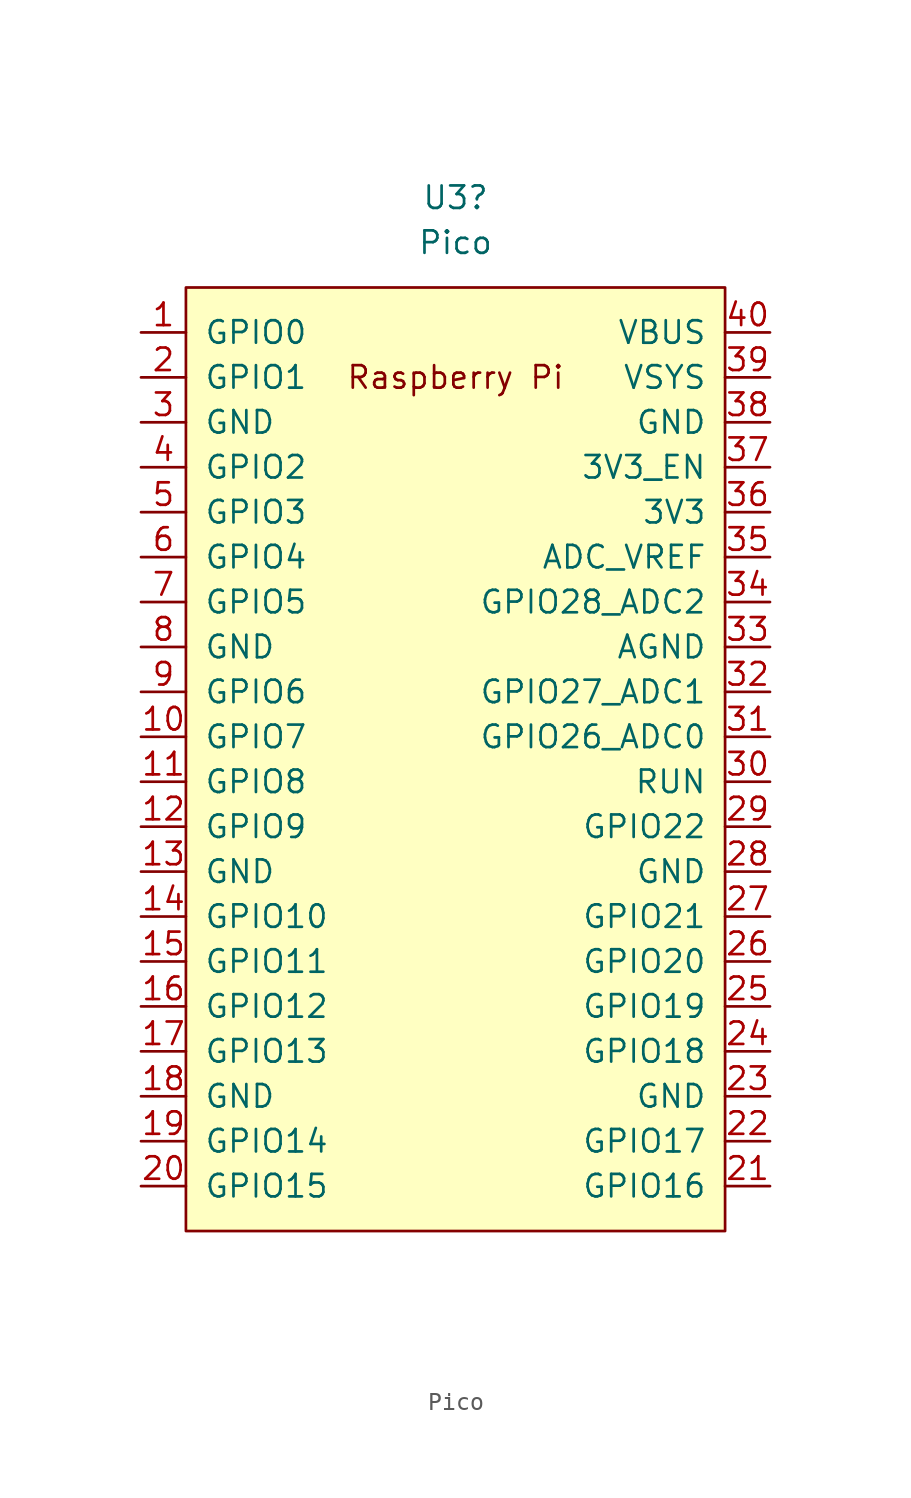
<source format=kicad_sym>
(kicad_symbol_lib
  (version 20220914)
  (generator kicad_symbol_editor)
  (symbol "Pico"
    (pin_names
      (offset 1.016))
    (property "Reference" "U3"
      (at 0 31.75 0)
      (effects (font (size 1.27 1.27))))
    (property "Value" "Pico"
      (at 0 29.21 0)
      (effects (font (size 1.27 1.27))))
    (symbol "Pico_0_0"
      (text "Raspberry Pi" (at 0 21.59 0) (effects (font (size 1.27 1.27)))))
    (symbol "Pico_0_1"
      (rectangle (start -15.24 26.67) (end 15.24 -26.67) (stroke (width 0) (type default)) (fill (type background))))
    (symbol "Pico_1_1"
      (pin bidirectional line (at -17.78 24.13 0) (length 2.54) (name "GPIO0" (effects (font (size 1.27 1.27)))) (number "1" (effects (font (size 1.27 1.27)))))
      (pin bidirectional line (at -17.78 1.27 0) (length 2.54) (name "GPIO7" (effects (font (size 1.27 1.27)))) (number "10" (effects (font (size 1.27 1.27)))))
      (pin bidirectional line (at -17.78 -1.27 0) (length 2.54) (name "GPIO8" (effects (font (size 1.27 1.27)))) (number "11" (effects (font (size 1.27 1.27)))))
      (pin bidirectional line (at -17.78 -3.81 0) (length 2.54) (name "GPIO9" (effects (font (size 1.27 1.27)))) (number "12" (effects (font (size 1.27 1.27)))))
      (pin power_in line (at -17.78 -6.35 0) (length 2.54) (name "GND" (effects (font (size 1.27 1.27)))) (number "13" (effects (font (size 1.27 1.27)))))
      (pin bidirectional line (at -17.78 -8.89 0) (length 2.54) (name "GPIO10" (effects (font (size 1.27 1.27)))) (number "14" (effects (font (size 1.27 1.27)))))
      (pin bidirectional line (at -17.78 -11.43 0) (length 2.54) (name "GPIO11" (effects (font (size 1.27 1.27)))) (number "15" (effects (font (size 1.27 1.27)))))
      (pin bidirectional line (at -17.78 -13.97 0) (length 2.54) (name "GPIO12" (effects (font (size 1.27 1.27)))) (number "16" (effects (font (size 1.27 1.27)))))
      (pin bidirectional line (at -17.78 -16.51 0) (length 2.54) (name "GPIO13" (effects (font (size 1.27 1.27)))) (number "17" (effects (font (size 1.27 1.27)))))
      (pin power_in line (at -17.78 -19.05 0) (length 2.54) (name "GND" (effects (font (size 1.27 1.27)))) (number "18" (effects (font (size 1.27 1.27)))))
      (pin bidirectional line (at -17.78 -21.59 0) (length 2.54) (name "GPIO14" (effects (font (size 1.27 1.27)))) (number "19" (effects (font (size 1.27 1.27)))))
      (pin bidirectional line (at -17.78 21.59 0) (length 2.54) (name "GPIO1" (effects (font (size 1.27 1.27)))) (number "2" (effects (font (size 1.27 1.27)))))
      (pin bidirectional line (at -17.78 -24.13 0) (length 2.54) (name "GPIO15" (effects (font (size 1.27 1.27)))) (number "20" (effects (font (size 1.27 1.27)))))
      (pin bidirectional line (at 17.78 -24.13 180) (length 2.54) (name "GPIO16" (effects (font (size 1.27 1.27)))) (number "21" (effects (font (size 1.27 1.27)))))
      (pin bidirectional line (at 17.78 -21.59 180) (length 2.54) (name "GPIO17" (effects (font (size 1.27 1.27)))) (number "22" (effects (font (size 1.27 1.27)))))
      (pin power_in line (at 17.78 -19.05 180) (length 2.54) (name "GND" (effects (font (size 1.27 1.27)))) (number "23" (effects (font (size 1.27 1.27)))))
      (pin bidirectional line (at 17.78 -16.51 180) (length 2.54) (name "GPIO18" (effects (font (size 1.27 1.27)))) (number "24" (effects (font (size 1.27 1.27)))))
      (pin bidirectional line (at 17.78 -13.97 180) (length 2.54) (name "GPIO19" (effects (font (size 1.27 1.27)))) (number "25" (effects (font (size 1.27 1.27)))))
      (pin bidirectional line (at 17.78 -11.43 180) (length 2.54) (name "GPIO20" (effects (font (size 1.27 1.27)))) (number "26" (effects (font (size 1.27 1.27)))))
      (pin bidirectional line (at 17.78 -8.89 180) (length 2.54) (name "GPIO21" (effects (font (size 1.27 1.27)))) (number "27" (effects (font (size 1.27 1.27)))))
      (pin power_in line (at 17.78 -6.35 180) (length 2.54) (name "GND" (effects (font (size 1.27 1.27)))) (number "28" (effects (font (size 1.27 1.27)))))
      (pin bidirectional line (at 17.78 -3.81 180) (length 2.54) (name "GPIO22" (effects (font (size 1.27 1.27)))) (number "29" (effects (font (size 1.27 1.27)))))
      (pin power_in line (at -17.78 19.05 0) (length 2.54) (name "GND" (effects (font (size 1.27 1.27)))) (number "3" (effects (font (size 1.27 1.27)))))
      (pin input line (at 17.78 -1.27 180) (length 2.54) (name "RUN" (effects (font (size 1.27 1.27)))) (number "30" (effects (font (size 1.27 1.27)))))
      (pin bidirectional line (at 17.78 1.27 180) (length 2.54) (name "GPIO26_ADC0" (effects (font (size 1.27 1.27)))) (number "31" (effects (font (size 1.27 1.27)))))
      (pin bidirectional line (at 17.78 3.81 180) (length 2.54) (name "GPIO27_ADC1" (effects (font (size 1.27 1.27)))) (number "32" (effects (font (size 1.27 1.27)))))
      (pin power_in line (at 17.78 6.35 180) (length 2.54) (name "AGND" (effects (font (size 1.27 1.27)))) (number "33" (effects (font (size 1.27 1.27)))))
      (pin bidirectional line (at 17.78 8.89 180) (length 2.54) (name "GPIO28_ADC2" (effects (font (size 1.27 1.27)))) (number "34" (effects (font (size 1.27 1.27)))))
      (pin unspecified line (at 17.78 11.43 180) (length 2.54) (name "ADC_VREF" (effects (font (size 1.27 1.27)))) (number "35" (effects (font (size 1.27 1.27)))))
      (pin unspecified line (at 17.78 13.97 180) (length 2.54) (name "3V3" (effects (font (size 1.27 1.27)))) (number "36" (effects (font (size 1.27 1.27)))))
      (pin input line (at 17.78 16.51 180) (length 2.54) (name "3V3_EN" (effects (font (size 1.27 1.27)))) (number "37" (effects (font (size 1.27 1.27)))))
      (pin bidirectional line (at 17.78 19.05 180) (length 2.54) (name "GND" (effects (font (size 1.27 1.27)))) (number "38" (effects (font (size 1.27 1.27)))))
      (pin unspecified line (at 17.78 21.59 180) (length 2.54) (name "VSYS" (effects (font (size 1.27 1.27)))) (number "39" (effects (font (size 1.27 1.27)))))
      (pin bidirectional line (at -17.78 16.51 0) (length 2.54) (name "GPIO2" (effects (font (size 1.27 1.27)))) (number "4" (effects (font (size 1.27 1.27)))))
      (pin unspecified line (at 17.78 24.13 180) (length 2.54) (name "VBUS" (effects (font (size 1.27 1.27)))) (number "40" (effects (font (size 1.27 1.27)))))
      (pin no_connect line (at -2.54 -29.21 90) (length 2.54) hide (name "SWCLK" (effects (font (size 1.27 1.27)))) (number "41" (effects (font (size 1.27 1.27)))))
      (pin no_connect line (at 0 -29.21 90) (length 2.54) hide (name "GND" (effects (font (size 1.27 1.27)))) (number "42" (effects (font (size 1.27 1.27)))))
      (pin no_connect line (at 2.54 -29.21 90) (length 2.54) hide (name "SWDIO" (effects (font (size 1.27 1.27)))) (number "43" (effects (font (size 1.27 1.27)))))
      (pin bidirectional line (at -17.78 13.97 0) (length 2.54) (name "GPIO3" (effects (font (size 1.27 1.27)))) (number "5" (effects (font (size 1.27 1.27)))))
      (pin bidirectional line (at -17.78 11.43 0) (length 2.54) (name "GPIO4" (effects (font (size 1.27 1.27)))) (number "6" (effects (font (size 1.27 1.27)))))
      (pin bidirectional line (at -17.78 8.89 0) (length 2.54) (name "GPIO5" (effects (font (size 1.27 1.27)))) (number "7" (effects (font (size 1.27 1.27)))))
      (pin power_in line (at -17.78 6.35 0) (length 2.54) (name "GND" (effects (font (size 1.27 1.27)))) (number "8" (effects (font (size 1.27 1.27)))))
      (pin bidirectional line (at -17.78 3.81 0) (length 2.54) (name "GPIO6" (effects (font (size 1.27 1.27)))) (number "9" (effects (font (size 1.27 1.27))))))))
</source>
